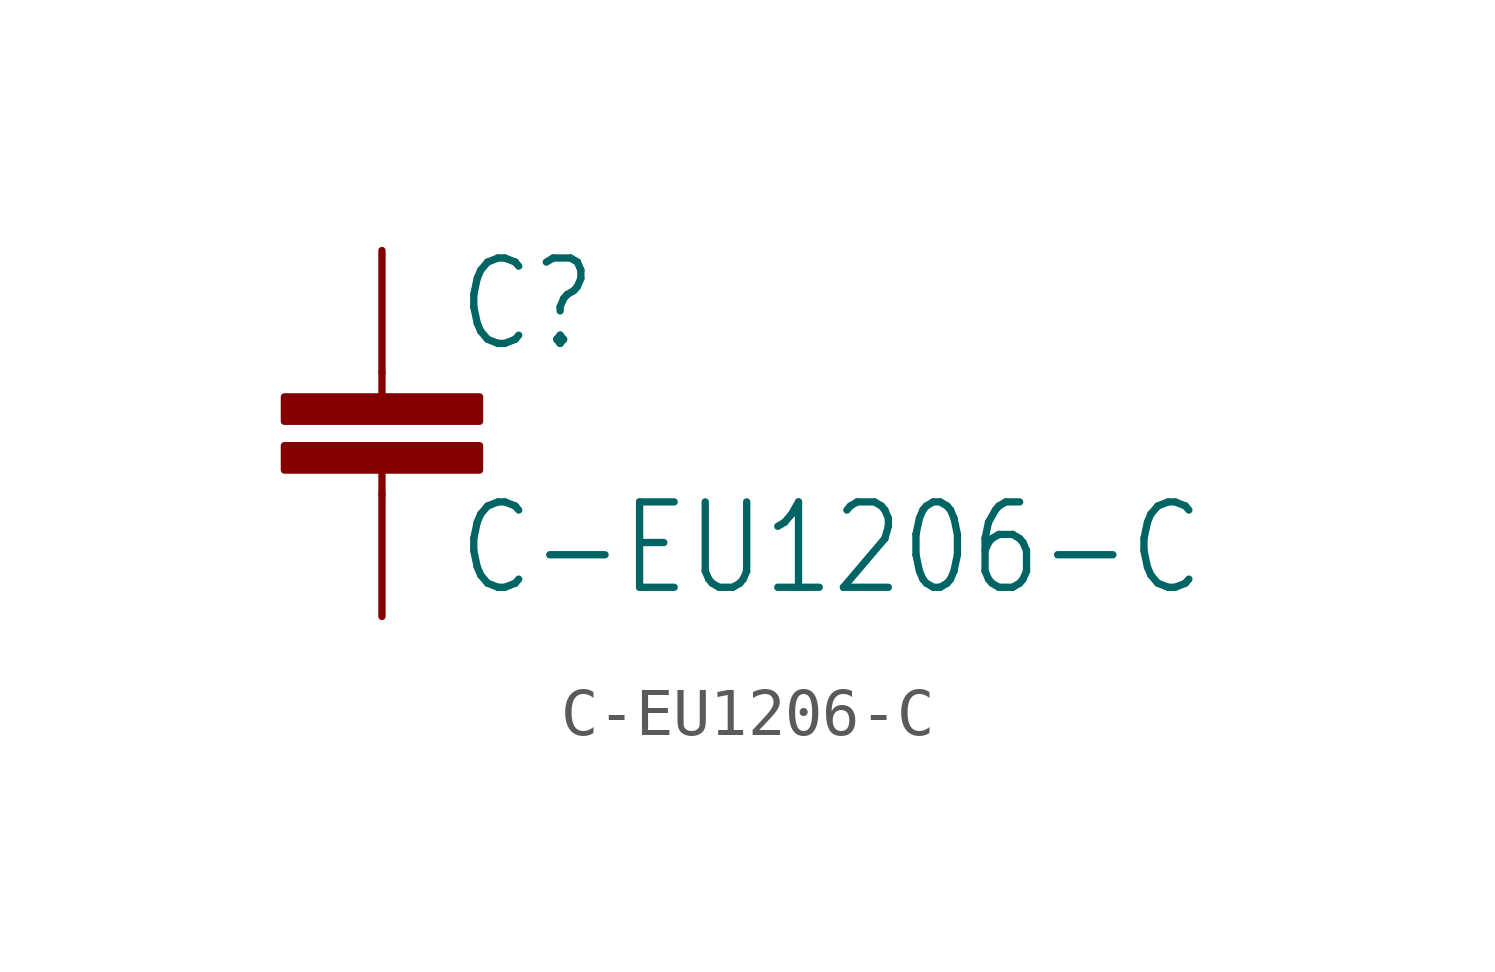
<source format=kicad_sym>
(kicad_symbol_lib
  (version 20211014)
  (generator kicad_symbol_editor)
  (symbol "C-EU1206-C"
    (property "Reference" "C"
      (at 1.524 0.381 0)
      (effects (font (size 1.778 1.511)) (justify left bottom)))
    (property "Value" "C-EU1206-C"
      (at 1.524 -4.699 0)
      (effects (font (size 1.778 1.511)) (justify left bottom)))
    (property "ki_locked" ""
      (at 0 0 0)
      (effects (font (size 1.27 1.27))))
    (symbol "C-EU1206-C_1_0"
      (rectangle (start -2.032 -2.032) (end 2.032 -1.524) (stroke (width 0) (type default) (color 0 0 0 0)) (fill (type outline)))
      (rectangle (start -2.032 -1.016) (end 2.032 -0.508) (stroke (width 0) (type default) (color 0 0 0 0)) (fill (type outline)))
      (polyline (pts (xy 0 -2.54) (xy 0 -2.032)) (stroke (width 0.152) (type default) (color 0 0 0 0)) (fill (type none)))
      (polyline (pts (xy 0 0) (xy 0 -0.508)) (stroke (width 0.152) (type default) (color 0 0 0 0)) (fill (type none)))
      (pin passive line (at 0 2.54 270) (length 2.54) (name "1" (effects (font (size 0 0)))) (number "1" (effects (font (size 0 0)))))
      (pin passive line (at 0 -5.08 90) (length 2.54) (name "2" (effects (font (size 0 0)))) (number "2" (effects (font (size 0 0))))))))
</source>
